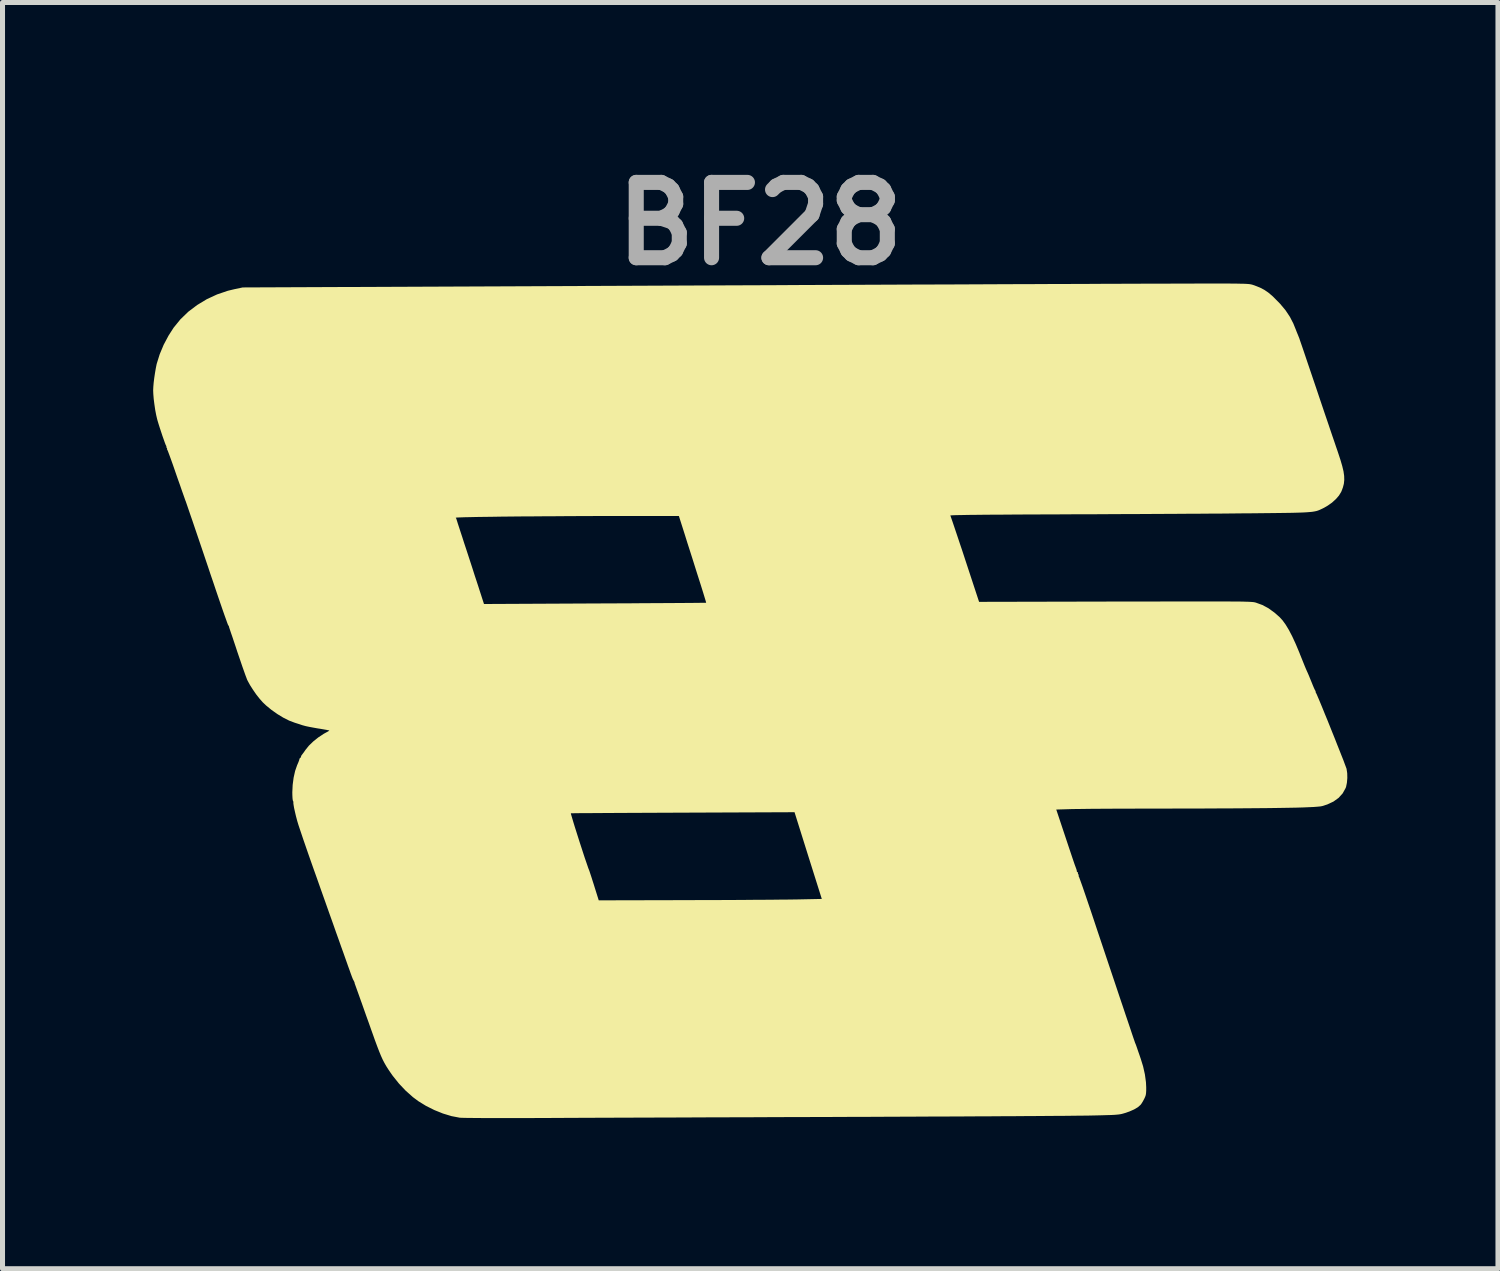
<source format=kicad_pcb>
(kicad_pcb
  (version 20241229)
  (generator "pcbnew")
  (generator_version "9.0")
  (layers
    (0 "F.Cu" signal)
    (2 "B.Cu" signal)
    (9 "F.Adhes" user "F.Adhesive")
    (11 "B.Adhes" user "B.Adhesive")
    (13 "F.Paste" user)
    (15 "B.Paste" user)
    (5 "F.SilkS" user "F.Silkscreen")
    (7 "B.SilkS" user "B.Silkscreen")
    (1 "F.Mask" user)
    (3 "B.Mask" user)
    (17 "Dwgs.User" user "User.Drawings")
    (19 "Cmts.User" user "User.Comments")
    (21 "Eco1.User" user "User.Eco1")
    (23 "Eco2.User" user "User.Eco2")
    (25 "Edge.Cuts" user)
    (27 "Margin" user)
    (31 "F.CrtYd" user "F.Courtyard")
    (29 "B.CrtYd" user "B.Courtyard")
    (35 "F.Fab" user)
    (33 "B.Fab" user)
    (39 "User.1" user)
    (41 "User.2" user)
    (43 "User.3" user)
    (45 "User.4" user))
  (footprint "BF28"
    (layer "F.Cu")
    (at 12.124 11.134)
    (property "Reference" "BF28" (at -0.04 -9.73 0) (layer "F.Fab") (effects (font (size 1.5 1.5) (thickness 0.3))))
    (attr board_only exclude_from_pos_files exclude_from_bom)
    (fp_poly (pts (xy 9.181 -8.538) (xy 9.218 -8.538) (xy 9.35 -8.537) (xy 9.457 -8.536) (xy 9.542 -8.534) (xy 9.609 -8.533) (xy 9.66 -8.53) (xy 9.7 -8.527) (xy 9.732 -8.522) (xy 9.759 -8.516) (xy 9.784 -8.508) (xy 9.811 -8.499) (xy 9.818 -8.496) (xy 9.919 -8.456) (xy 10.003 -8.412) (xy 10.081 -8.359) (xy 10.162 -8.291) (xy 10.188 -8.266) (xy 10.318 -8.134) (xy 10.425 -8.006) (xy 10.511 -7.877) (xy 10.581 -7.742) (xy 10.608 -7.675) (xy 10.63 -7.621) (xy 10.649 -7.572) (xy 10.662 -7.54) (xy 10.675 -7.509) (xy 10.682 -7.491) (xy 10.682 -7.491) (xy 10.689 -7.473) (xy 10.694 -7.462) (xy 10.7 -7.446) (xy 10.714 -7.404) (xy 10.736 -7.34) (xy 10.765 -7.256) (xy 10.8 -7.153) (xy 10.84 -7.034) (xy 10.885 -6.901) (xy 10.934 -6.757) (xy 10.986 -6.603) (xy 11.037 -6.453) (xy 11.094 -6.283) (xy 11.151 -6.114) (xy 11.207 -5.948) (xy 11.261 -5.79) (xy 11.311 -5.642) (xy 11.357 -5.506) (xy 11.398 -5.387) (xy 11.432 -5.286) (xy 11.459 -5.208) (xy 11.471 -5.172) (xy 11.519 -5.026) (xy 11.555 -4.903) (xy 11.58 -4.798) (xy 11.593 -4.706) (xy 11.595 -4.625) (xy 11.587 -4.55) (xy 11.568 -4.477) (xy 11.54 -4.402) (xy 11.53 -4.382) (xy 11.489 -4.315) (xy 11.427 -4.244) (xy 11.351 -4.175) (xy 11.266 -4.115) (xy 11.199 -4.076) (xy 11.164 -4.058) (xy 11.132 -4.043) (xy 11.102 -4.029) (xy 11.071 -4.017) (xy 11.038 -4.007) (xy 10.999 -3.999) (xy 10.955 -3.992) (xy 10.901 -3.987) (xy 10.836 -3.982) (xy 10.758 -3.978) (xy 10.665 -3.975) (xy 10.554 -3.972) (xy 10.424 -3.97) (xy 10.272 -3.968) (xy 10.097 -3.966) (xy 9.896 -3.964) (xy 9.843 -3.963) (xy 9.708 -3.962) (xy 9.547 -3.961) (xy 9.362 -3.959) (xy 9.156 -3.957) (xy 8.931 -3.956) (xy 8.689 -3.954) (xy 8.433 -3.953) (xy 8.166 -3.951) (xy 7.889 -3.95) (xy 7.605 -3.948) (xy 7.316 -3.947) (xy 7.026 -3.946) (xy 6.735 -3.944) (xy 6.447 -3.943) (xy 6.25 -3.943) (xy 5.915 -3.941) (xy 5.608 -3.94) (xy 5.327 -3.939) (xy 5.073 -3.938) (xy 4.843 -3.936) (xy 4.638 -3.935) (xy 4.457 -3.934) (xy 4.298 -3.932) (xy 4.161 -3.931) (xy 4.046 -3.929) (xy 3.95 -3.927) (xy 3.875 -3.926) (xy 3.817 -3.924) (xy 3.778 -3.922) (xy 3.756 -3.92) (xy 3.75 -3.918) (xy 3.757 -3.902) (xy 3.771 -3.861) (xy 3.793 -3.798) (xy 3.821 -3.715) (xy 3.855 -3.614) (xy 3.894 -3.498) (xy 3.937 -3.369) (xy 3.984 -3.23) (xy 4.033 -3.081) (xy 4.043 -3.05) (xy 4.323 -2.199) (xy 7.033 -2.205) (xy 7.36 -2.205) (xy 7.659 -2.206) (xy 7.932 -2.206) (xy 8.18 -2.207) (xy 8.405 -2.207) (xy 8.607 -2.207) (xy 8.789 -2.207) (xy 8.951 -2.207) (xy 9.094 -2.207) (xy 9.219 -2.207) (xy 9.329 -2.206) (xy 9.424 -2.206) (xy 9.505 -2.205) (xy 9.573 -2.204) (xy 9.631 -2.202) (xy 9.678 -2.201) (xy 9.717 -2.199) (xy 9.748 -2.197) (xy 9.773 -2.195) (xy 9.792 -2.193) (xy 9.808 -2.19) (xy 9.821 -2.187) (xy 9.833 -2.184) (xy 9.836 -2.183) (xy 9.965 -2.136) (xy 10.086 -2.071) (xy 10.206 -1.984) (xy 10.303 -1.899) (xy 10.366 -1.831) (xy 10.429 -1.744) (xy 10.493 -1.638) (xy 10.56 -1.509) (xy 10.63 -1.357) (xy 10.704 -1.18) (xy 10.715 -1.151) (xy 10.749 -1.067) (xy 10.782 -0.985) (xy 10.811 -0.913) (xy 10.835 -0.856) (xy 10.849 -0.824) (xy 10.87 -0.778) (xy 10.897 -0.714) (xy 10.926 -0.643) (xy 10.945 -0.597) (xy 10.97 -0.535) (xy 10.992 -0.483) (xy 11.01 -0.445) (xy 11.019 -0.43) (xy 11.027 -0.415) (xy 11.024 -0.412) (xy 11.024 -0.402) (xy 11.035 -0.38) (xy 11.046 -0.359) (xy 11.065 -0.314) (xy 11.093 -0.249) (xy 11.127 -0.167) (xy 11.167 -0.07) (xy 11.211 0.039) (xy 11.259 0.155) (xy 11.308 0.277) (xy 11.358 0.402) (xy 11.408 0.526) (xy 11.455 0.646) (xy 11.5 0.759) (xy 11.541 0.863) (xy 11.577 0.953) (xy 11.605 1.029) (xy 11.626 1.085) (xy 11.639 1.12) (xy 11.641 1.127) (xy 11.654 1.214) (xy 11.656 1.309) (xy 11.648 1.403) (xy 11.631 1.485) (xy 11.621 1.511) (xy 11.564 1.614) (xy 11.483 1.704) (xy 11.38 1.778) (xy 11.256 1.836) (xy 11.151 1.869) (xy 11.116 1.875) (xy 11.062 1.88) (xy 10.987 1.886) (xy 10.892 1.89) (xy 10.776 1.895) (xy 10.638 1.899) (xy 10.477 1.902) (xy 10.293 1.905) (xy 10.086 1.908) (xy 9.854 1.91) (xy 9.597 1.912) (xy 9.315 1.914) (xy 9.007 1.915) (xy 8.672 1.917) (xy 8.309 1.917) (xy 8.015 1.918) (xy 7.8 1.918) (xy 7.588 1.918) (xy 7.382 1.919) (xy 7.183 1.92) (xy 6.995 1.92) (xy 6.819 1.921) (xy 6.658 1.922) (xy 6.514 1.923) (xy 6.389 1.925) (xy 6.286 1.926) (xy 6.207 1.927) (xy 6.159 1.928) (xy 5.86 1.937) (xy 6.043 2.486) (xy 6.083 2.606) (xy 6.12 2.717) (xy 6.154 2.818) (xy 6.183 2.905) (xy 6.207 2.975) (xy 6.224 3.025) (xy 6.234 3.052) (xy 6.235 3.056) (xy 6.245 3.081) (xy 6.247 3.088) (xy 6.254 3.106) (xy 6.261 3.125) (xy 6.261 3.127) (xy 6.268 3.151) (xy 6.268 3.152) (xy 6.27 3.173) (xy 6.279 3.183) (xy 6.284 3.184) (xy 6.294 3.194) (xy 6.292 3.205) (xy 6.292 3.223) (xy 6.299 3.227) (xy 6.308 3.237) (xy 6.306 3.247) (xy 6.305 3.267) (xy 6.31 3.272) (xy 6.316 3.286) (xy 6.33 3.324) (xy 6.352 3.385) (xy 6.381 3.466) (xy 6.415 3.565) (xy 6.454 3.679) (xy 6.497 3.806) (xy 6.544 3.944) (xy 6.593 4.09) (xy 6.599 4.108) (xy 6.682 4.358) (xy 6.764 4.602) (xy 6.843 4.838) (xy 6.919 5.065) (xy 6.992 5.282) (xy 7.061 5.488) (xy 7.125 5.68) (xy 7.185 5.857) (xy 7.239 6.019) (xy 7.288 6.163) (xy 7.33 6.288) (xy 7.365 6.393) (xy 7.393 6.476) (xy 7.414 6.536) (xy 7.426 6.572) (xy 7.429 6.581) (xy 7.439 6.604) (xy 7.441 6.609) (xy 7.448 6.627) (xy 7.452 6.638) (xy 7.461 6.664) (xy 7.475 6.704) (xy 7.481 6.723) (xy 7.497 6.769) (xy 7.518 6.829) (xy 7.539 6.891) (xy 7.54 6.893) (xy 7.589 7.051) (xy 7.625 7.211) (xy 7.646 7.365) (xy 7.651 7.464) (xy 7.651 7.534) (xy 7.648 7.584) (xy 7.642 7.623) (xy 7.63 7.658) (xy 7.613 7.695) (xy 7.586 7.746) (xy 7.557 7.793) (xy 7.539 7.817) (xy 7.486 7.864) (xy 7.41 7.909) (xy 7.314 7.951) (xy 7.226 7.981) (xy 7.195 7.99) (xy 7.166 7.998) (xy 7.136 8.004) (xy 7.103 8.009) (xy 7.062 8.013) (xy 7.012 8.017) (xy 6.949 8.02) (xy 6.87 8.022) (xy 6.772 8.025) (xy 6.653 8.028) (xy 6.508 8.031) (xy 6.489 8.031) (xy 6.425 8.032) (xy 6.334 8.033) (xy 6.218 8.034) (xy 6.077 8.036) (xy 5.912 8.037) (xy 5.725 8.038) (xy 5.518 8.04) (xy 5.291 8.041) (xy 5.046 8.043) (xy 4.784 8.044) (xy 4.506 8.046) (xy 4.214 8.047) (xy 3.908 8.049) (xy 3.591 8.05) (xy 3.263 8.051) (xy 2.926 8.053) (xy 2.58 8.054) (xy 2.228 8.056) (xy 1.87 8.057) (xy 1.508 8.058) (xy 1.379 8.059) (xy 1.005 8.06) (xy 0.631 8.061) (xy 0.257 8.062) (xy -0.115 8.064) (xy -0.484 8.065) (xy -0.847 8.066) (xy -1.204 8.067) (xy -1.553 8.069) (xy -1.891 8.07) (xy -2.219 8.071) (xy -2.533 8.072) (xy -2.834 8.073) (xy -3.118 8.074) (xy -3.384 8.075) (xy -3.632 8.076) (xy -3.858 8.077) (xy -4.063 8.078) (xy -4.243 8.079) (xy -4.398 8.079) (xy -4.52 8.08) (xy -4.728 8.081) (xy -4.928 8.081) (xy -5.117 8.081) (xy -5.294 8.081) (xy -5.456 8.081) (xy -5.601 8.08) (xy -5.729 8.079) (xy -5.836 8.078) (xy -5.921 8.077) (xy -5.982 8.075) (xy -6.017 8.074) (xy -6.021 8.073) (xy -6.183 8.042) (xy -6.354 7.99) (xy -6.525 7.921) (xy -6.691 7.838) (xy -6.844 7.744) (xy -6.951 7.664) (xy -7.099 7.532) (xy -7.229 7.394) (xy -7.352 7.241) (xy -7.397 7.177) (xy -7.443 7.109) (xy -7.483 7.046) (xy -7.519 6.983) (xy -7.554 6.915) (xy -7.588 6.84) (xy -7.624 6.752) (xy -7.664 6.648) (xy -7.71 6.524) (xy -7.74 6.439) (xy -7.783 6.319) (xy -7.831 6.183) (xy -7.882 6.042) (xy -7.93 5.906) (xy -7.973 5.784) (xy -7.983 5.757) (xy -8.016 5.664) (xy -8.046 5.58) (xy -8.072 5.508) (xy -8.092 5.452) (xy -8.105 5.416) (xy -8.109 5.405) (xy -8.114 5.386) (xy -8.113 5.383) (xy -8.118 5.37) (xy -8.131 5.344) (xy -8.146 5.316) (xy -8.152 5.302) (xy -8.159 5.284) (xy -8.163 5.273) (xy -8.165 5.268) (xy -8.169 5.259) (xy -8.174 5.245) (xy -8.181 5.225) (xy -8.192 5.196) (xy -8.205 5.158) (xy -8.222 5.111) (xy -8.244 5.051) (xy -8.269 4.979) (xy -8.3 4.892) (xy -8.336 4.79) (xy -8.379 4.671) (xy -8.427 4.535) (xy -8.483 4.379) (xy -8.545 4.202) (xy -8.616 4.004) (xy -8.694 3.783) (xy -8.781 3.538) (xy -8.871 3.283) (xy -8.929 3.121) (xy -8.985 2.962) (xy -9.038 2.811) (xy -9.087 2.669) (xy -9.132 2.539) (xy -9.171 2.423) (xy -9.204 2.325) (xy -9.23 2.247) (xy -9.247 2.191) (xy -9.254 2.168) (xy -9.28 2.07) (xy -9.294 2.011) (xy -3.806 2.011) (xy -3.804 2.026) (xy -3.793 2.064) (xy -3.776 2.122) (xy -3.754 2.196) (xy -3.727 2.284) (xy -3.696 2.382) (xy -3.663 2.486) (xy -3.629 2.593) (xy -3.594 2.7) (xy -3.561 2.802) (xy -3.53 2.897) (xy -3.501 2.981) (xy -3.477 3.051) (xy -3.459 3.104) (xy -3.447 3.134) (xy -3.437 3.16) (xy -3.421 3.209) (xy -3.399 3.275) (xy -3.374 3.354) (xy -3.346 3.441) (xy -3.34 3.461) (xy -3.251 3.745) (xy -1.516 3.741) (xy -1.285 3.74) (xy -1.055 3.74) (xy -0.828 3.739) (xy -0.606 3.738) (xy -0.393 3.737) (xy -0.19 3.735) (xy 0.001 3.734) (xy 0.176 3.733) (xy 0.333 3.731) (xy 0.47 3.73) (xy 0.585 3.729) (xy 0.675 3.727) (xy 0.706 3.727) (xy 1.191 3.717) (xy 0.919 2.854) (xy 0.648 1.99) (xy -1.577 1.999) (xy -1.827 2) (xy -2.068 2.001) (xy -2.3 2.002) (xy -2.521 2.003) (xy -2.73 2.004) (xy -2.925 2.005) (xy -3.105 2.006) (xy -3.267 2.007) (xy -3.412 2.008) (xy -3.536 2.009) (xy -3.638 2.009) (xy -3.718 2.01) (xy -3.773 2.011) (xy -3.802 2.011) (xy -3.806 2.011) (xy -9.294 2.011) (xy -9.301 1.98) (xy -9.318 1.904) (xy -9.328 1.844) (xy -9.333 1.805) (xy -9.331 1.791) (xy -9.334 1.774) (xy -9.338 1.77) (xy -9.344 1.752) (xy -9.349 1.711) (xy -9.352 1.651) (xy -9.353 1.593) (xy -9.346 1.446) (xy -9.327 1.302) (xy -9.297 1.168) (xy -9.257 1.053) (xy -9.252 1.042) (xy -9.231 0.993) (xy -9.216 0.953) (xy -9.211 0.93) (xy -9.211 0.93) (xy -9.202 0.912) (xy -9.196 0.91) (xy -9.184 0.898) (xy -9.182 0.889) (xy -9.173 0.862) (xy -9.164 0.85) (xy -9.148 0.829) (xy -9.121 0.793) (xy -9.09 0.748) (xy -9.09 0.748) (xy -9.023 0.665) (xy -8.935 0.58) (xy -8.835 0.5) (xy -8.728 0.429) (xy -8.673 0.399) (xy -8.638 0.38) (xy -8.618 0.366) (xy -8.616 0.363) (xy -8.631 0.359) (xy -8.669 0.351) (xy -8.726 0.341) (xy -8.796 0.329) (xy -8.848 0.321) (xy -8.932 0.306) (xy -9.013 0.291) (xy -9.084 0.276) (xy -9.136 0.262) (xy -9.154 0.257) (xy -9.216 0.236) (xy -9.283 0.215) (xy -9.31 0.206) (xy -9.416 0.166) (xy -9.533 0.107) (xy -9.653 0.034) (xy -9.77 -0.049) (xy -9.877 -0.137) (xy -9.944 -0.201) (xy -10.006 -0.272) (xy -10.073 -0.357) (xy -10.137 -0.45) (xy -10.195 -0.541) (xy -10.24 -0.623) (xy -10.253 -0.649) (xy -10.266 -0.684) (xy -10.288 -0.742) (xy -10.315 -0.818) (xy -10.348 -0.911) (xy -10.383 -1.014) (xy -10.421 -1.125) (xy -10.448 -1.204) (xy -10.484 -1.314) (xy -10.518 -1.415) (xy -10.548 -1.505) (xy -10.574 -1.58) (xy -10.593 -1.637) (xy -10.605 -1.673) (xy -10.609 -1.684) (xy -10.615 -1.709) (xy -10.615 -1.711) (xy -10.626 -1.73) (xy -10.629 -1.733) (xy -10.636 -1.747) (xy -10.651 -1.787) (xy -10.673 -1.849) (xy -10.703 -1.932) (xy -10.739 -2.035) (xy -10.78 -2.154) (xy -10.826 -2.288) (xy -10.876 -2.435) (xy -10.929 -2.593) (xy -10.986 -2.759) (xy -11.016 -2.85) (xy -11.076 -3.028) (xy -11.135 -3.203) (xy -11.193 -3.374) (xy -11.248 -3.536) (xy -11.3 -3.689) (xy -11.347 -3.828) (xy -11.363 -3.874) (xy -6.099 -3.874) (xy -6.086 -3.853) (xy -6.084 -3.849) (xy -6.084 -3.846) (xy -6.084 -3.845) (xy -6.083 -3.841) (xy -6.081 -3.833) (xy -6.076 -3.819) (xy -6.069 -3.797) (xy -6.059 -3.764) (xy -6.044 -3.718) (xy -6.024 -3.657) (xy -5.999 -3.58) (xy -5.967 -3.483) (xy -5.929 -3.364) (xy -5.882 -3.222) (xy -5.851 -3.127) (xy -5.806 -2.989) (xy -5.762 -2.854) (xy -5.721 -2.725) (xy -5.682 -2.607) (xy -5.648 -2.503) (xy -5.62 -2.415) (xy -5.598 -2.348) (xy -5.584 -2.304) (xy -5.584 -2.304) (xy -5.536 -2.156) (xy -3.326 -2.167) (xy -3.078 -2.168) (xy -2.837 -2.169) (xy -2.606 -2.17) (xy -2.385 -2.172) (xy -2.177 -2.173) (xy -1.983 -2.174) (xy -1.805 -2.175) (xy -1.643 -2.176) (xy -1.5 -2.177) (xy -1.377 -2.178) (xy -1.275 -2.179) (xy -1.197 -2.18) (xy -1.143 -2.18) (xy -1.115 -2.181) (xy -1.112 -2.181) (xy -1.115 -2.195) (xy -1.126 -2.233) (xy -1.144 -2.292) (xy -1.167 -2.368) (xy -1.195 -2.458) (xy -1.227 -2.56) (xy -1.252 -2.638) (xy -1.295 -2.773) (xy -1.342 -2.922) (xy -1.391 -3.078) (xy -1.44 -3.231) (xy -1.486 -3.374) (xy -1.525 -3.499) (xy -1.525 -3.5) (xy -1.655 -3.909) (xy -2.551 -3.909) (xy -2.813 -3.909) (xy -3.075 -3.908) (xy -3.336 -3.908) (xy -3.594 -3.907) (xy -3.848 -3.906) (xy -4.096 -3.904) (xy -4.337 -3.903) (xy -4.569 -3.901) (xy -4.79 -3.9) (xy -4.999 -3.898) (xy -5.195 -3.896) (xy -5.376 -3.893) (xy -5.54 -3.891) (xy -5.686 -3.889) (xy -5.813 -3.886) (xy -5.918 -3.884) (xy -6.001 -3.881) (xy -6.059 -3.879) (xy -6.092 -3.876) (xy -6.099 -3.874) (xy -11.363 -3.874) (xy -11.39 -3.952) (xy -11.426 -4.057) (xy -11.455 -4.142) (xy -11.476 -4.203) (xy -11.481 -4.214) (xy -11.512 -4.302) (xy -11.55 -4.409) (xy -11.591 -4.528) (xy -11.635 -4.651) (xy -11.677 -4.772) (xy -11.7 -4.839) (xy -11.734 -4.937) (xy -11.766 -5.026) (xy -11.794 -5.103) (xy -11.817 -5.165) (xy -11.833 -5.207) (xy -11.842 -5.226) (xy -11.843 -5.227) (xy -11.85 -5.242) (xy -11.847 -5.245) (xy -11.846 -5.254) (xy -11.854 -5.266) (xy -11.864 -5.283) (xy -11.861 -5.288) (xy -11.859 -5.296) (xy -11.864 -5.305) (xy -11.875 -5.326) (xy -11.892 -5.37) (xy -11.913 -5.43) (xy -11.939 -5.503) (xy -11.965 -5.582) (xy -11.992 -5.664) (xy -12.017 -5.743) (xy -12.038 -5.813) (xy -12.045 -5.839) (xy -12.064 -5.92) (xy -12.083 -6.02) (xy -12.099 -6.129) (xy -12.113 -6.238) (xy -12.121 -6.338) (xy -12.124 -6.411) (xy -12.121 -6.477) (xy -12.114 -6.563) (xy -12.102 -6.66) (xy -12.087 -6.759) (xy -12.071 -6.853) (xy -12.055 -6.932) (xy -12.052 -6.943) (xy -11.994 -7.129) (xy -11.915 -7.318) (xy -11.817 -7.502) (xy -11.717 -7.658) (xy -11.582 -7.824) (xy -11.425 -7.976) (xy -11.248 -8.11) (xy -11.056 -8.226) (xy -10.851 -8.321) (xy -10.636 -8.394) (xy -10.511 -8.424) (xy -10.341 -8.46) (xy -0.81 -8.501) (xy -0.287 -8.503) (xy 0.23 -8.505) (xy 0.741 -8.508) (xy 1.245 -8.51) (xy 1.741 -8.512) (xy 2.228 -8.514) (xy 2.705 -8.516) (xy 3.172 -8.518) (xy 3.628 -8.519) (xy 4.071 -8.521) (xy 4.502 -8.523) (xy 4.92 -8.525) (xy 5.323 -8.526) (xy 5.711 -8.528) (xy 6.083 -8.529) (xy 6.438 -8.53) (xy 6.776 -8.532) (xy 7.096 -8.533) (xy 7.396 -8.534) (xy 7.677 -8.535) (xy 7.937 -8.535) (xy 8.176 -8.536) (xy 8.392 -8.537) (xy 8.586 -8.537) (xy 8.756 -8.538) (xy 8.901 -8.538) (xy 9.021 -8.538) (xy 9.114 -8.538)) (stroke (width 0) (type solid)) (fill yes) (layer "F.SilkS")))
  (gr_rect
    (start -3 -3)
    (end 26.78 22.215)
    (stroke (width 0.1) (type default))
    (fill no)
    (layer "Edge.Cuts")))
</source>
